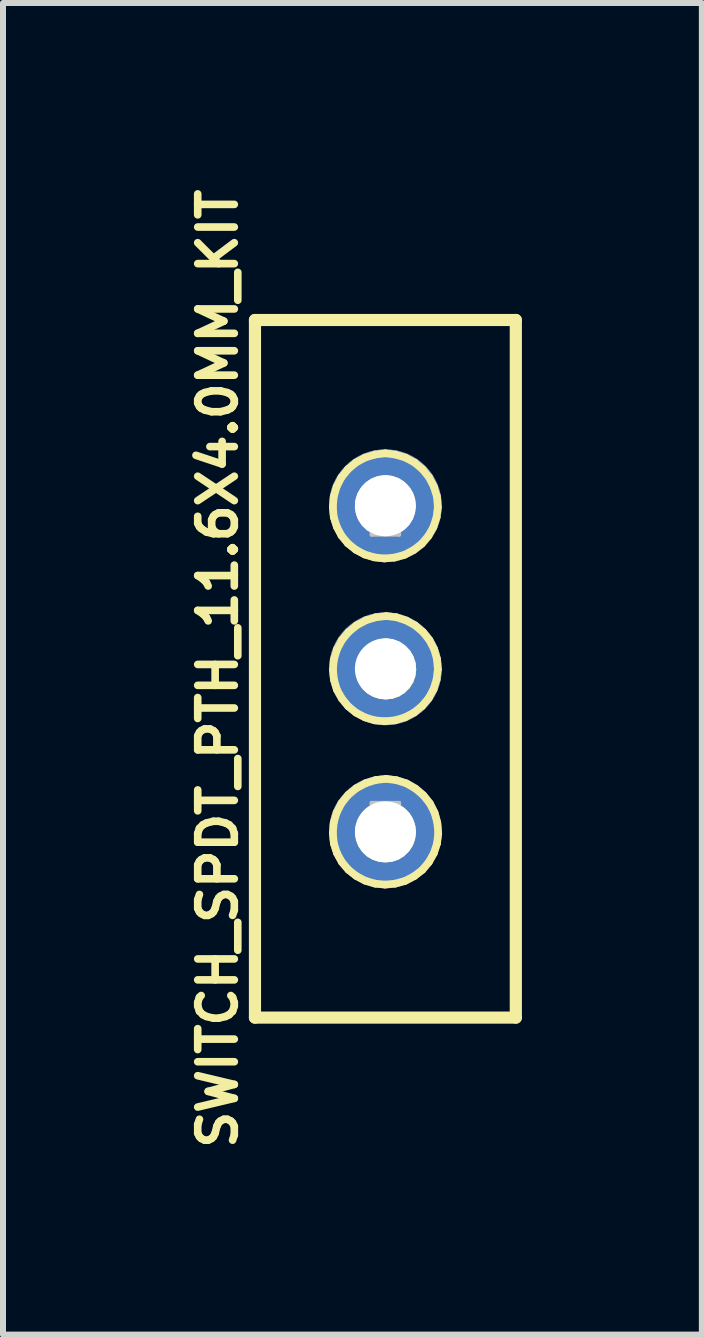
<source format=kicad_pcb>
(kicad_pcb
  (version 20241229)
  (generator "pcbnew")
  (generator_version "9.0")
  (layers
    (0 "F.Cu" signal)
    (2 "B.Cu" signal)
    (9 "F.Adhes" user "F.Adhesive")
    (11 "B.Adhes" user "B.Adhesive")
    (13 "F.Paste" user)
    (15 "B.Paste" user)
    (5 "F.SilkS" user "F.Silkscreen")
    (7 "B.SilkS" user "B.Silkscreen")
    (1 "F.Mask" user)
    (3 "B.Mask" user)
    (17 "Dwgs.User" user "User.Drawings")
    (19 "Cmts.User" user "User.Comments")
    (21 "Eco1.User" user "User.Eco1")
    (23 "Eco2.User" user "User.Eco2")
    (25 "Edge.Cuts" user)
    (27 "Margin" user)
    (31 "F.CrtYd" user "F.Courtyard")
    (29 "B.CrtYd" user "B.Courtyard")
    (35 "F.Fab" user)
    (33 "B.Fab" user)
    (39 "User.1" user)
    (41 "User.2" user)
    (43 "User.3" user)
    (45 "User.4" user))
  (footprint "SWITCH_SPDT_PTH_11.6X4.0MM_KIT"
    (layer "F.Cu")
    (at 3.374 8.098)
    (property "Reference" "SWITCH_SPDT_PTH_11.6X4.0MM_KIT" (at -2.794 0 90) (layer "F.SilkS") (effects (font (size 0.61 0.61) (thickness 0.127))))
    (attr exclude_from_pos_files exclude_from_bom)
    (fp_line (start -2.174 -5.814) (end -2.174 5.814) (stroke (width 0.203) (type solid)) (layer "F.SilkS"))
    (fp_line (start -2.174 5.814) (end 2.174 5.814) (stroke (width 0.203) (type solid)) (layer "F.SilkS"))
    (fp_line (start -0.876 -2.697) (end -0.861 -2.87) (stroke (width 0.127) (type solid)) (layer "F.SilkS"))
    (fp_line (start -0.876 2.741) (end -0.861 2.565) (stroke (width 0.127) (type solid)) (layer "F.SilkS"))
    (fp_line (start -0.874 0.018) (end -0.859 -0.152) (stroke (width 0.127) (type solid)) (layer "F.SilkS"))
    (fp_line (start -0.861 -2.87) (end -0.813 -3.035) (stroke (width 0.127) (type solid)) (layer "F.SilkS"))
    (fp_line (start -0.861 -2.53) (end -0.876 -2.697) (stroke (width 0.127) (type solid)) (layer "F.SilkS"))
    (fp_line (start -0.861 2.565) (end -0.813 2.398) (stroke (width 0.127) (type solid)) (layer "F.SilkS"))
    (fp_line (start -0.859 -0.152) (end -0.808 -0.323) (stroke (width 0.127) (type solid)) (layer "F.SilkS"))
    (fp_line (start -0.859 2.911) (end -0.876 2.741) (stroke (width 0.127) (type solid)) (layer "F.SilkS"))
    (fp_line (start -0.856 0.185) (end -0.874 0.018) (stroke (width 0.127) (type solid)) (layer "F.SilkS"))
    (fp_line (start -0.813 -3.035) (end -0.734 -3.19) (stroke (width 0.127) (type solid)) (layer "F.SilkS"))
    (fp_line (start -0.813 2.398) (end -0.732 2.24) (stroke (width 0.127) (type solid)) (layer "F.SilkS"))
    (fp_line (start -0.81 -2.367) (end -0.861 -2.53) (stroke (width 0.127) (type solid)) (layer "F.SilkS"))
    (fp_line (start -0.808 -0.323) (end -0.726 -0.478) (stroke (width 0.127) (type solid)) (layer "F.SilkS"))
    (fp_line (start -0.808 0.348) (end -0.856 0.185) (stroke (width 0.127) (type solid)) (layer "F.SilkS"))
    (fp_line (start -0.808 3.071) (end -0.859 2.911) (stroke (width 0.127) (type solid)) (layer "F.SilkS"))
    (fp_line (start -0.734 -3.19) (end -0.625 -3.325) (stroke (width 0.127) (type solid)) (layer "F.SilkS"))
    (fp_line (start -0.732 -2.22) (end -0.81 -2.367) (stroke (width 0.127) (type solid)) (layer "F.SilkS"))
    (fp_line (start -0.732 2.24) (end -0.62 2.103) (stroke (width 0.127) (type solid)) (layer "F.SilkS"))
    (fp_line (start -0.726 -0.478) (end -0.615 -0.612) (stroke (width 0.127) (type solid)) (layer "F.SilkS"))
    (fp_line (start -0.726 0.495) (end -0.808 0.348) (stroke (width 0.127) (type solid)) (layer "F.SilkS"))
    (fp_line (start -0.726 3.221) (end -0.808 3.071) (stroke (width 0.127) (type solid)) (layer "F.SilkS"))
    (fp_line (start -0.625 -3.325) (end -0.493 -3.437) (stroke (width 0.127) (type solid)) (layer "F.SilkS"))
    (fp_line (start -0.625 -2.09) (end -0.732 -2.22) (stroke (width 0.127) (type solid)) (layer "F.SilkS"))
    (fp_line (start -0.62 0.625) (end -0.726 0.495) (stroke (width 0.127) (type solid)) (layer "F.SilkS"))
    (fp_line (start -0.62 2.103) (end -0.485 1.991) (stroke (width 0.127) (type solid)) (layer "F.SilkS"))
    (fp_line (start -0.617 3.35) (end -0.726 3.221) (stroke (width 0.127) (type solid)) (layer "F.SilkS"))
    (fp_line (start -0.615 -0.612) (end -0.48 -0.724) (stroke (width 0.127) (type solid)) (layer "F.SilkS"))
    (fp_line (start -0.493 -3.437) (end -0.34 -3.52) (stroke (width 0.127) (type solid)) (layer "F.SilkS"))
    (fp_line (start -0.493 -1.984) (end -0.625 -2.09) (stroke (width 0.127) (type solid)) (layer "F.SilkS"))
    (fp_line (start -0.488 0.732) (end -0.62 0.625) (stroke (width 0.127) (type solid)) (layer "F.SilkS"))
    (fp_line (start -0.485 1.991) (end -0.33 1.908) (stroke (width 0.127) (type solid)) (layer "F.SilkS"))
    (fp_line (start -0.485 3.454) (end -0.617 3.35) (stroke (width 0.127) (type solid)) (layer "F.SilkS"))
    (fp_line (start -0.48 -0.724) (end -0.325 -0.808) (stroke (width 0.127) (type solid)) (layer "F.SilkS"))
    (fp_line (start -0.445 -2.697) (end -0.434 -2.802) (stroke (width 0.127) (type solid)) (layer "F.SilkS"))
    (fp_line (start -0.439 2.738) (end -0.432 2.637) (stroke (width 0.127) (type solid)) (layer "F.SilkS"))
    (fp_line (start -0.434 -2.802) (end -0.404 -2.898) (stroke (width 0.127) (type solid)) (layer "F.SilkS"))
    (fp_line (start -0.432 0.023) (end -0.424 -0.079) (stroke (width 0.127) (type solid)) (layer "F.SilkS"))
    (fp_line (start -0.432 2.637) (end -0.401 2.54) (stroke (width 0.127) (type solid)) (layer "F.SilkS"))
    (fp_line (start -0.429 -2.603) (end -0.445 -2.697) (stroke (width 0.127) (type solid)) (layer "F.SilkS"))
    (fp_line (start -0.427 2.835) (end -0.439 2.738) (stroke (width 0.127) (type solid)) (layer "F.SilkS"))
    (fp_line (start -0.424 -0.079) (end -0.394 -0.175) (stroke (width 0.127) (type solid)) (layer "F.SilkS"))
    (fp_line (start -0.419 0.117) (end -0.432 0.023) (stroke (width 0.127) (type solid)) (layer "F.SilkS"))
    (fp_line (start -0.404 -2.898) (end -0.351 -2.985) (stroke (width 0.127) (type solid)) (layer "F.SilkS"))
    (fp_line (start -0.401 2.54) (end -0.348 2.454) (stroke (width 0.127) (type solid)) (layer "F.SilkS"))
    (fp_line (start -0.396 -2.512) (end -0.429 -2.603) (stroke (width 0.127) (type solid)) (layer "F.SilkS"))
    (fp_line (start -0.394 -0.175) (end -0.34 -0.262) (stroke (width 0.127) (type solid)) (layer "F.SilkS"))
    (fp_line (start -0.394 2.926) (end -0.427 2.835) (stroke (width 0.127) (type solid)) (layer "F.SilkS"))
    (fp_line (start -0.386 0.208) (end -0.419 0.117) (stroke (width 0.127) (type solid)) (layer "F.SilkS"))
    (fp_line (start -0.351 -2.985) (end -0.279 -3.061) (stroke (width 0.127) (type solid)) (layer "F.SilkS"))
    (fp_line (start -0.348 2.454) (end -0.277 2.377) (stroke (width 0.127) (type solid)) (layer "F.SilkS"))
    (fp_line (start -0.345 -1.905) (end -0.493 -1.984) (stroke (width 0.127) (type solid)) (layer "F.SilkS"))
    (fp_line (start -0.343 -2.431) (end -0.396 -2.512) (stroke (width 0.127) (type solid)) (layer "F.SilkS"))
    (fp_line (start -0.34 -3.52) (end -0.173 -3.571) (stroke (width 0.127) (type solid)) (layer "F.SilkS"))
    (fp_line (start -0.34 -0.262) (end -0.269 -0.338) (stroke (width 0.127) (type solid)) (layer "F.SilkS"))
    (fp_line (start -0.34 3.007) (end -0.394 2.926) (stroke (width 0.127) (type solid)) (layer "F.SilkS"))
    (fp_line (start -0.338 0.81) (end -0.488 0.732) (stroke (width 0.127) (type solid)) (layer "F.SilkS"))
    (fp_line (start -0.335 3.533) (end -0.485 3.454) (stroke (width 0.127) (type solid)) (layer "F.SilkS"))
    (fp_line (start -0.333 0.29) (end -0.386 0.208) (stroke (width 0.127) (type solid)) (layer "F.SilkS"))
    (fp_line (start -0.33 1.908) (end -0.16 1.854) (stroke (width 0.127) (type solid)) (layer "F.SilkS"))
    (fp_line (start -0.325 -0.808) (end -0.157 -0.859) (stroke (width 0.127) (type solid)) (layer "F.SilkS"))
    (fp_line (start -0.279 -3.061) (end -0.196 -3.117) (stroke (width 0.127) (type solid)) (layer "F.SilkS"))
    (fp_line (start -0.277 2.377) (end -0.193 2.322) (stroke (width 0.127) (type solid)) (layer "F.SilkS"))
    (fp_line (start -0.272 -2.362) (end -0.343 -2.431) (stroke (width 0.127) (type solid)) (layer "F.SilkS"))
    (fp_line (start -0.269 -0.338) (end -0.185 -0.394) (stroke (width 0.127) (type solid)) (layer "F.SilkS"))
    (fp_line (start -0.269 3.076) (end -0.34 3.007) (stroke (width 0.127) (type solid)) (layer "F.SilkS"))
    (fp_line (start -0.262 0.358) (end -0.333 0.29) (stroke (width 0.127) (type solid)) (layer "F.SilkS"))
    (fp_line (start -0.196 -3.117) (end -0.099 -3.152) (stroke (width 0.127) (type solid)) (layer "F.SilkS"))
    (fp_line (start -0.193 2.322) (end -0.097 2.286) (stroke (width 0.127) (type solid)) (layer "F.SilkS"))
    (fp_line (start -0.188 -2.314) (end -0.272 -2.362) (stroke (width 0.127) (type solid)) (layer "F.SilkS"))
    (fp_line (start -0.185 -0.394) (end -0.089 -0.429) (stroke (width 0.127) (type solid)) (layer "F.SilkS"))
    (fp_line (start -0.185 3.124) (end -0.269 3.076) (stroke (width 0.127) (type solid)) (layer "F.SilkS"))
    (fp_line (start -0.183 -1.857) (end -0.345 -1.905) (stroke (width 0.127) (type solid)) (layer "F.SilkS"))
    (fp_line (start -0.178 0.406) (end -0.262 0.358) (stroke (width 0.127) (type solid)) (layer "F.SilkS"))
    (fp_line (start -0.178 0.859) (end -0.338 0.81) (stroke (width 0.127) (type solid)) (layer "F.SilkS"))
    (fp_line (start -0.173 -3.571) (end -0.003 -3.592) (stroke (width 0.127) (type solid)) (layer "F.SilkS"))
    (fp_line (start -0.173 3.581) (end -0.335 3.533) (stroke (width 0.127) (type solid)) (layer "F.SilkS"))
    (fp_line (start -0.16 1.854) (end 0.013 1.834) (stroke (width 0.127) (type solid)) (layer "F.SilkS"))
    (fp_line (start -0.157 -0.859) (end 0.015 -0.879) (stroke (width 0.127) (type solid)) (layer "F.SilkS"))
    (fp_line (start -0.099 -3.152) (end 0 -3.165) (stroke (width 0.127) (type solid)) (layer "F.SilkS"))
    (fp_line (start -0.097 -2.283) (end -0.188 -2.314) (stroke (width 0.127) (type solid)) (layer "F.SilkS"))
    (fp_line (start -0.097 2.286) (end 0.003 2.273) (stroke (width 0.127) (type solid)) (layer "F.SilkS"))
    (fp_line (start -0.094 3.155) (end -0.185 3.124) (stroke (width 0.127) (type solid)) (layer "F.SilkS"))
    (fp_line (start -0.089 -0.429) (end 0.01 -0.442) (stroke (width 0.127) (type solid)) (layer "F.SilkS"))
    (fp_line (start -0.086 0.437) (end -0.178 0.406) (stroke (width 0.127) (type solid)) (layer "F.SilkS"))
    (fp_line (start -0.018 -1.839) (end -0.183 -1.857) (stroke (width 0.127) (type solid)) (layer "F.SilkS"))
    (fp_line (start -0.01 0.874) (end -0.178 0.859) (stroke (width 0.127) (type solid)) (layer "F.SilkS"))
    (fp_line (start -0.005 3.597) (end -0.173 3.581) (stroke (width 0.127) (type solid)) (layer "F.SilkS"))
    (fp_line (start -0.003 -3.592) (end 0.168 -3.571) (stroke (width 0.127) (type solid)) (layer "F.SilkS"))
    (fp_line (start 0 -3.165) (end 0.099 -3.152) (stroke (width 0.127) (type solid)) (layer "F.SilkS"))
    (fp_line (start 0 -2.273) (end -0.097 -2.283) (stroke (width 0.127) (type solid)) (layer "F.SilkS"))
    (fp_line (start 0.003 2.273) (end 0.102 2.286) (stroke (width 0.127) (type solid)) (layer "F.SilkS"))
    (fp_line (start 0.003 3.162) (end -0.094 3.155) (stroke (width 0.127) (type solid)) (layer "F.SilkS"))
    (fp_line (start 0.01 -0.442) (end 0.109 -0.429) (stroke (width 0.127) (type solid)) (layer "F.SilkS"))
    (fp_line (start 0.01 0.447) (end -0.086 0.437) (stroke (width 0.127) (type solid)) (layer "F.SilkS"))
    (fp_line (start 0.013 1.834) (end 0.185 1.857) (stroke (width 0.127) (type solid)) (layer "F.SilkS"))
    (fp_line (start 0.015 -0.879) (end 0.183 -0.859) (stroke (width 0.127) (type solid)) (layer "F.SilkS"))
    (fp_line (start 0.097 -2.283) (end 0 -2.273) (stroke (width 0.127) (type solid)) (layer "F.SilkS"))
    (fp_line (start 0.099 -3.152) (end 0.193 -3.119) (stroke (width 0.127) (type solid)) (layer "F.SilkS"))
    (fp_line (start 0.099 3.152) (end 0.003 3.162) (stroke (width 0.127) (type solid)) (layer "F.SilkS"))
    (fp_line (start 0.102 2.286) (end 0.196 2.319) (stroke (width 0.127) (type solid)) (layer "F.SilkS"))
    (fp_line (start 0.107 0.437) (end 0.01 0.447) (stroke (width 0.127) (type solid)) (layer "F.SilkS"))
    (fp_line (start 0.109 -0.429) (end 0.203 -0.396) (stroke (width 0.127) (type solid)) (layer "F.SilkS"))
    (fp_line (start 0.152 -1.854) (end -0.018 -1.839) (stroke (width 0.127) (type solid)) (layer "F.SilkS"))
    (fp_line (start 0.16 0.859) (end -0.01 0.874) (stroke (width 0.127) (type solid)) (layer "F.SilkS"))
    (fp_line (start 0.163 3.581) (end -0.005 3.597) (stroke (width 0.127) (type solid)) (layer "F.SilkS"))
    (fp_line (start 0.168 -3.571) (end 0.335 -3.52) (stroke (width 0.127) (type solid)) (layer "F.SilkS"))
    (fp_line (start 0.183 -0.859) (end 0.348 -0.805) (stroke (width 0.127) (type solid)) (layer "F.SilkS"))
    (fp_line (start 0.185 1.857) (end 0.351 1.91) (stroke (width 0.127) (type solid)) (layer "F.SilkS"))
    (fp_line (start 0.188 -2.316) (end 0.097 -2.283) (stroke (width 0.127) (type solid)) (layer "F.SilkS"))
    (fp_line (start 0.193 -3.119) (end 0.277 -3.063) (stroke (width 0.127) (type solid)) (layer "F.SilkS"))
    (fp_line (start 0.193 3.122) (end 0.099 3.152) (stroke (width 0.127) (type solid)) (layer "F.SilkS"))
    (fp_line (start 0.196 2.319) (end 0.279 2.375) (stroke (width 0.127) (type solid)) (layer "F.SilkS"))
    (fp_line (start 0.201 0.404) (end 0.107 0.437) (stroke (width 0.127) (type solid)) (layer "F.SilkS"))
    (fp_line (start 0.203 -0.396) (end 0.287 -0.34) (stroke (width 0.127) (type solid)) (layer "F.SilkS"))
    (fp_line (start 0.272 -2.367) (end 0.188 -2.316) (stroke (width 0.127) (type solid)) (layer "F.SilkS"))
    (fp_line (start 0.274 3.071) (end 0.193 3.122) (stroke (width 0.127) (type solid)) (layer "F.SilkS"))
    (fp_line (start 0.277 -3.063) (end 0.348 -2.99) (stroke (width 0.127) (type solid)) (layer "F.SilkS"))
    (fp_line (start 0.279 2.375) (end 0.351 2.446) (stroke (width 0.127) (type solid)) (layer "F.SilkS"))
    (fp_line (start 0.282 0.353) (end 0.201 0.404) (stroke (width 0.127) (type solid)) (layer "F.SilkS"))
    (fp_line (start 0.287 -0.34) (end 0.358 -0.267) (stroke (width 0.127) (type solid)) (layer "F.SilkS"))
    (fp_line (start 0.318 -1.9) (end 0.152 -1.854) (stroke (width 0.127) (type solid)) (layer "F.SilkS"))
    (fp_line (start 0.325 0.81) (end 0.16 0.859) (stroke (width 0.127) (type solid)) (layer "F.SilkS"))
    (fp_line (start 0.328 3.536) (end 0.163 3.581) (stroke (width 0.127) (type solid)) (layer "F.SilkS"))
    (fp_line (start 0.335 -3.52) (end 0.488 -3.437) (stroke (width 0.127) (type solid)) (layer "F.SilkS"))
    (fp_line (start 0.343 -2.436) (end 0.272 -2.367) (stroke (width 0.127) (type solid)) (layer "F.SilkS"))
    (fp_line (start 0.345 3.002) (end 0.274 3.071) (stroke (width 0.127) (type solid)) (layer "F.SilkS"))
    (fp_line (start 0.348 -2.99) (end 0.399 -2.906) (stroke (width 0.127) (type solid)) (layer "F.SilkS"))
    (fp_line (start 0.348 -0.805) (end 0.495 -0.724) (stroke (width 0.127) (type solid)) (layer "F.SilkS"))
    (fp_line (start 0.351 1.91) (end 0.5 1.996) (stroke (width 0.127) (type solid)) (layer "F.SilkS"))
    (fp_line (start 0.351 2.446) (end 0.401 2.532) (stroke (width 0.127) (type solid)) (layer "F.SilkS"))
    (fp_line (start 0.353 0.284) (end 0.282 0.353) (stroke (width 0.127) (type solid)) (layer "F.SilkS"))
    (fp_line (start 0.358 -0.267) (end 0.409 -0.183) (stroke (width 0.127) (type solid)) (layer "F.SilkS"))
    (fp_line (start 0.396 -2.52) (end 0.343 -2.436) (stroke (width 0.127) (type solid)) (layer "F.SilkS"))
    (fp_line (start 0.399 -2.906) (end 0.432 -2.809) (stroke (width 0.127) (type solid)) (layer "F.SilkS"))
    (fp_line (start 0.399 2.918) (end 0.345 3.002) (stroke (width 0.127) (type solid)) (layer "F.SilkS"))
    (fp_line (start 0.401 2.532) (end 0.434 2.629) (stroke (width 0.127) (type solid)) (layer "F.SilkS"))
    (fp_line (start 0.406 0.201) (end 0.353 0.284) (stroke (width 0.127) (type solid)) (layer "F.SilkS"))
    (fp_line (start 0.409 -0.183) (end 0.442 -0.086) (stroke (width 0.127) (type solid)) (layer "F.SilkS"))
    (fp_line (start 0.429 -2.611) (end 0.396 -2.52) (stroke (width 0.127) (type solid)) (layer "F.SilkS"))
    (fp_line (start 0.432 -2.809) (end 0.439 -2.71) (stroke (width 0.127) (type solid)) (layer "F.SilkS"))
    (fp_line (start 0.432 2.827) (end 0.399 2.918) (stroke (width 0.127) (type solid)) (layer "F.SilkS"))
    (fp_line (start 0.434 2.629) (end 0.445 2.728) (stroke (width 0.127) (type solid)) (layer "F.SilkS"))
    (fp_line (start 0.439 -2.71) (end 0.429 -2.611) (stroke (width 0.127) (type solid)) (layer "F.SilkS"))
    (fp_line (start 0.439 0.109) (end 0.406 0.201) (stroke (width 0.127) (type solid)) (layer "F.SilkS"))
    (fp_line (start 0.442 -0.086) (end 0.45 0.013) (stroke (width 0.127) (type solid)) (layer "F.SilkS"))
    (fp_line (start 0.445 2.728) (end 0.432 2.827) (stroke (width 0.127) (type solid)) (layer "F.SilkS"))
    (fp_line (start 0.45 0.013) (end 0.439 0.109) (stroke (width 0.127) (type solid)) (layer "F.SilkS"))
    (fp_line (start 0.47 -1.979) (end 0.318 -1.9) (stroke (width 0.127) (type solid)) (layer "F.SilkS"))
    (fp_line (start 0.478 0.729) (end 0.325 0.81) (stroke (width 0.127) (type solid)) (layer "F.SilkS"))
    (fp_line (start 0.48 3.457) (end 0.328 3.536) (stroke (width 0.127) (type solid)) (layer "F.SilkS"))
    (fp_line (start 0.488 -3.437) (end 0.62 -3.325) (stroke (width 0.127) (type solid)) (layer "F.SilkS"))
    (fp_line (start 0.495 -0.724) (end 0.627 -0.612) (stroke (width 0.127) (type solid)) (layer "F.SilkS"))
    (fp_line (start 0.5 1.996) (end 0.632 2.108) (stroke (width 0.127) (type solid)) (layer "F.SilkS"))
    (fp_line (start 0.605 -2.083) (end 0.47 -1.979) (stroke (width 0.127) (type solid)) (layer "F.SilkS"))
    (fp_line (start 0.61 0.622) (end 0.478 0.729) (stroke (width 0.127) (type solid)) (layer "F.SilkS"))
    (fp_line (start 0.615 3.353) (end 0.48 3.457) (stroke (width 0.127) (type solid)) (layer "F.SilkS"))
    (fp_line (start 0.62 -3.325) (end 0.729 -3.19) (stroke (width 0.127) (type solid)) (layer "F.SilkS"))
    (fp_line (start 0.627 -0.612) (end 0.734 -0.478) (stroke (width 0.127) (type solid)) (layer "F.SilkS"))
    (fp_line (start 0.632 2.108) (end 0.742 2.245) (stroke (width 0.127) (type solid)) (layer "F.SilkS"))
    (fp_line (start 0.716 -2.215) (end 0.605 -2.083) (stroke (width 0.127) (type solid)) (layer "F.SilkS"))
    (fp_line (start 0.721 0.49) (end 0.61 0.622) (stroke (width 0.127) (type solid)) (layer "F.SilkS"))
    (fp_line (start 0.724 3.223) (end 0.615 3.353) (stroke (width 0.127) (type solid)) (layer "F.SilkS"))
    (fp_line (start 0.729 -3.19) (end 0.808 -3.035) (stroke (width 0.127) (type solid)) (layer "F.SilkS"))
    (fp_line (start 0.734 -0.478) (end 0.813 -0.325) (stroke (width 0.127) (type solid)) (layer "F.SilkS"))
    (fp_line (start 0.742 2.245) (end 0.82 2.4) (stroke (width 0.127) (type solid)) (layer "F.SilkS"))
    (fp_line (start 0.8 -2.362) (end 0.716 -2.215) (stroke (width 0.127) (type solid)) (layer "F.SilkS"))
    (fp_line (start 0.803 0.34) (end 0.721 0.49) (stroke (width 0.127) (type solid)) (layer "F.SilkS"))
    (fp_line (start 0.808 -3.035) (end 0.859 -2.87) (stroke (width 0.127) (type solid)) (layer "F.SilkS"))
    (fp_line (start 0.808 3.073) (end 0.724 3.223) (stroke (width 0.127) (type solid)) (layer "F.SilkS"))
    (fp_line (start 0.813 -0.325) (end 0.859 -0.163) (stroke (width 0.127) (type solid)) (layer "F.SilkS"))
    (fp_line (start 0.82 2.4) (end 0.866 2.568) (stroke (width 0.127) (type solid)) (layer "F.SilkS"))
    (fp_line (start 0.853 -2.527) (end 0.8 -2.362) (stroke (width 0.127) (type solid)) (layer "F.SilkS"))
    (fp_line (start 0.853 0.178) (end 0.803 0.34) (stroke (width 0.127) (type solid)) (layer "F.SilkS"))
    (fp_line (start 0.859 -2.87) (end 0.874 -2.697) (stroke (width 0.127) (type solid)) (layer "F.SilkS"))
    (fp_line (start 0.859 -0.163) (end 0.874 0.008) (stroke (width 0.127) (type solid)) (layer "F.SilkS"))
    (fp_line (start 0.861 2.911) (end 0.808 3.073) (stroke (width 0.127) (type solid)) (layer "F.SilkS"))
    (fp_line (start 0.866 2.568) (end 0.881 2.743) (stroke (width 0.127) (type solid)) (layer "F.SilkS"))
    (fp_line (start 0.874 -2.697) (end 0.853 -2.527) (stroke (width 0.127) (type solid)) (layer "F.SilkS"))
    (fp_line (start 0.874 0.008) (end 0.853 0.178) (stroke (width 0.127) (type solid)) (layer "F.SilkS"))
    (fp_line (start 0.881 2.743) (end 0.861 2.911) (stroke (width 0.127) (type solid)) (layer "F.SilkS"))
    (fp_line (start 2.174 -5.814) (end -2.174 -5.814) (stroke (width 0.203) (type solid)) (layer "F.SilkS"))
    (fp_line (start 2.174 5.814) (end 2.174 -5.814) (stroke (width 0.203) (type solid)) (layer "F.SilkS"))
    (fp_line (start -0.229 -2.845) (end 0.229 -2.845) (stroke (width 0.066) (type solid)) (layer "Dwgs.User"))
    (fp_line (start -0.229 -2.235) (end -0.229 -2.845) (stroke (width 0.066) (type solid)) (layer "Dwgs.User"))
    (fp_line (start -0.229 -2.235) (end 0.229 -2.235) (stroke (width 0.066) (type solid)) (layer "Dwgs.User"))
    (fp_line (start -0.229 -0.305) (end 0.229 -0.305) (stroke (width 0.066) (type solid)) (layer "Dwgs.User"))
    (fp_line (start -0.229 0.305) (end -0.229 -0.305) (stroke (width 0.066) (type solid)) (layer "Dwgs.User"))
    (fp_line (start -0.229 0.305) (end 0.229 0.305) (stroke (width 0.066) (type solid)) (layer "Dwgs.User"))
    (fp_line (start -0.229 2.235) (end 0.229 2.235) (stroke (width 0.066) (type solid)) (layer "Dwgs.User"))
    (fp_line (start -0.229 2.845) (end -0.229 2.235) (stroke (width 0.066) (type solid)) (layer "Dwgs.User"))
    (fp_line (start -0.229 2.845) (end 0.229 2.845) (stroke (width 0.066) (type solid)) (layer "Dwgs.User"))
    (fp_line (start 0.229 -2.235) (end 0.229 -2.845) (stroke (width 0.066) (type solid)) (layer "Dwgs.User"))
    (fp_line (start 0.229 0.305) (end 0.229 -0.305) (stroke (width 0.066) (type solid)) (layer "Dwgs.User"))
    (fp_line (start 0.229 2.845) (end 0.229 2.235) (stroke (width 0.066) (type solid)) (layer "Dwgs.User"))
    (pad "1" thru_hole circle (at 0 -2.718) (size 1.88 1.88) (drill 1.016) (layers "*.Cu" "*.Mask"))
    (pad "2" thru_hole circle (at 0 0) (size 1.88 1.88) (drill 1.016) (layers "*.Cu" "*.Mask"))
    (pad "3" thru_hole circle (at 0 2.718) (size 1.88 1.88) (drill 1.016) (layers "*.Cu" "*.Mask")))
  (gr_rect
    (start -3 -3)
    (end 8.649 19.196)
    (stroke (width 0.1) (type default))
    (fill no)
    (layer "Edge.Cuts")))
</source>
